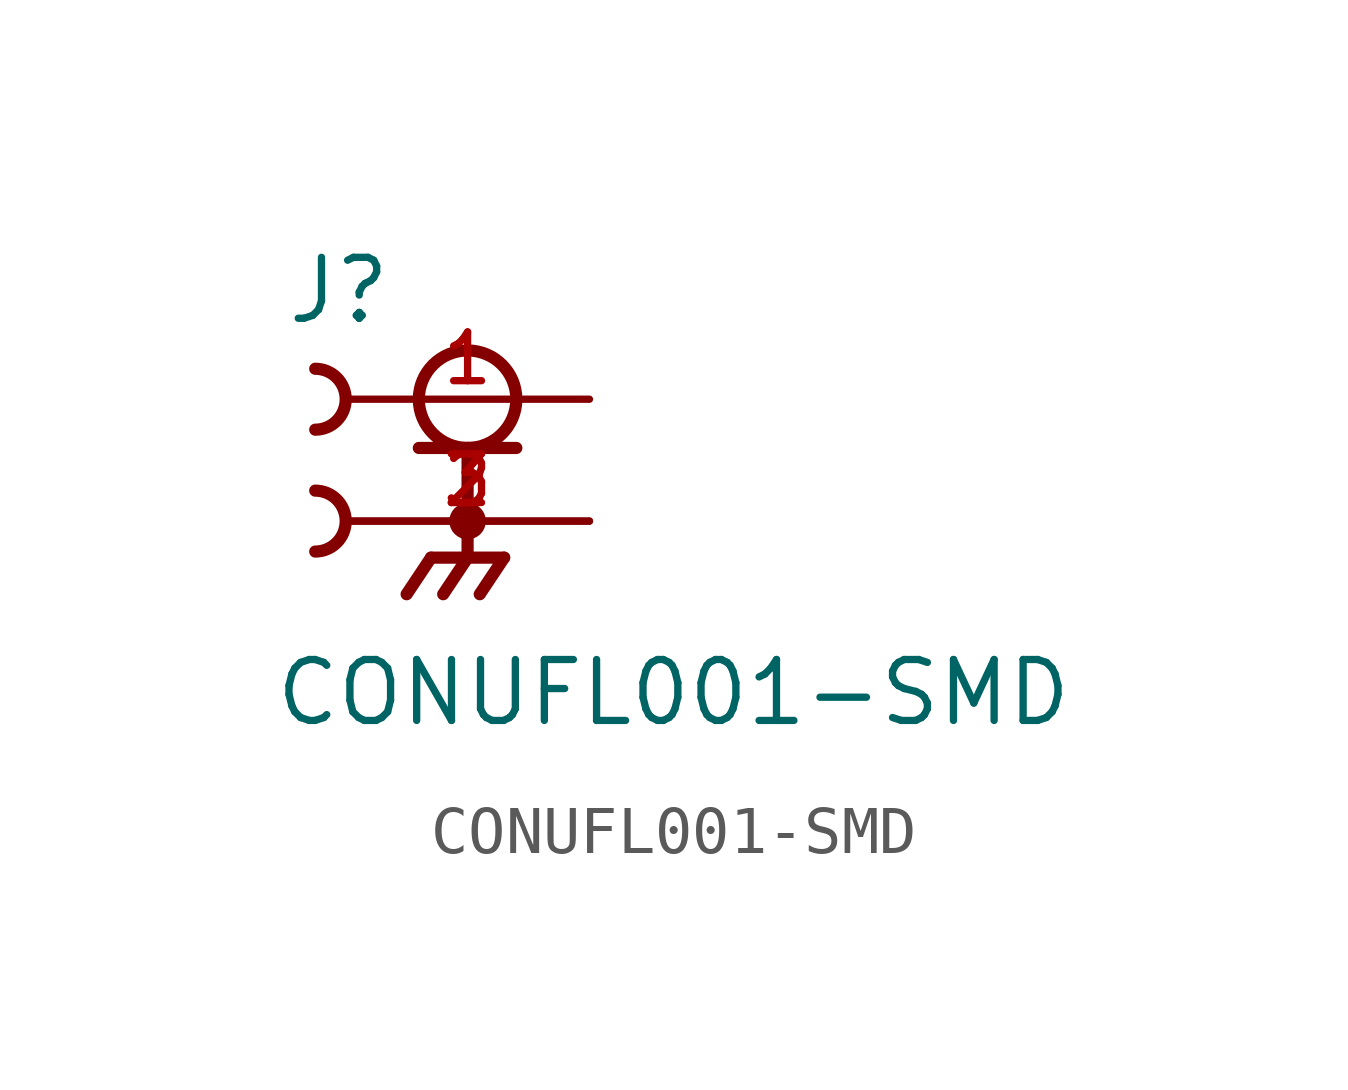
<source format=kicad_sym>
(kicad_symbol_lib
  (version 20211014)
  (generator kicad_symbol_editor)
  (symbol "CONUFL001-SMD"
    (pin_names
      (offset 1.016))
    (property "Reference" "J"
      (at -3.81 4.064 0)
      (effects (font (size 1.27 1.27)) (justify bottom left)))
    (property "Value" "CONUFL001-SMD"
      (at -4.064 -4.318 0)
      (effects (font (size 1.27 1.27)) (justify bottom left)))
    (symbol "CONUFL001-SMD_0_0"
      (circle (center 0.0 2.54) (radius 1.016) (stroke (width 0.254)) (fill (type none)))
      (polyline (pts (xy -1.016 1.524) (xy 0.0 1.524)) (stroke (width 0.254)))
      (polyline (pts (xy 0.0 1.524) (xy 1.016 1.524)) (stroke (width 0.254)))
      (polyline (pts (xy 0.0 1.524) (xy 0.0 -0.762)) (stroke (width 0.254)))
      (circle (center 0.0 0.0) (radius 0.254) (stroke (width 0.254)) (fill (type none)))
      (polyline (pts (xy 0.0 -0.762) (xy -0.762 -0.762)) (stroke (width 0.254)))
      (polyline (pts (xy 0.0 -0.762) (xy 0.762 -0.762)) (stroke (width 0.254)))
      (polyline (pts (xy -0.762 -0.762) (xy -1.27 -1.524)) (stroke (width 0.254)))
      (polyline (pts (xy 0.0 -0.762) (xy -0.508 -1.524)) (stroke (width 0.254)))
      (polyline (pts (xy 0.762 -0.762) (xy 0.254 -1.524)) (stroke (width 0.254)))
      (arc (start -3.175 3.175) (mid -2.54 2.54) (end -3.175 1.905) (stroke (width 0.254) (type default) (color 0 0 0 0)) (fill (type none)))
      (arc (start -3.175 0.635) (mid -2.54 -0.0) (end -3.175 -0.635) (stroke (width 0.254) (type default) (color 0 0 0 0)) (fill (type none)))
      (pin passive line (at 2.54 2.54 180.0) (length 5.08) (name "~" (effects (font (size 1.016 1.016)))) (number "1" (effects (font (size 1.016 1.016)))))
      (pin passive line (at 2.54 0.0 180.0) (length 5.08) (name "~" (effects (font (size 1.016 1.016)))) (number "2" (effects (font (size 1.016 1.016)))))
      (pin passive line (at 2.54 0.0 180.0) (length 5.08) (name "~" (effects (font (size 1.016 1.016)))) (number "3" (effects (font (size 1.016 1.016))))))))
</source>
